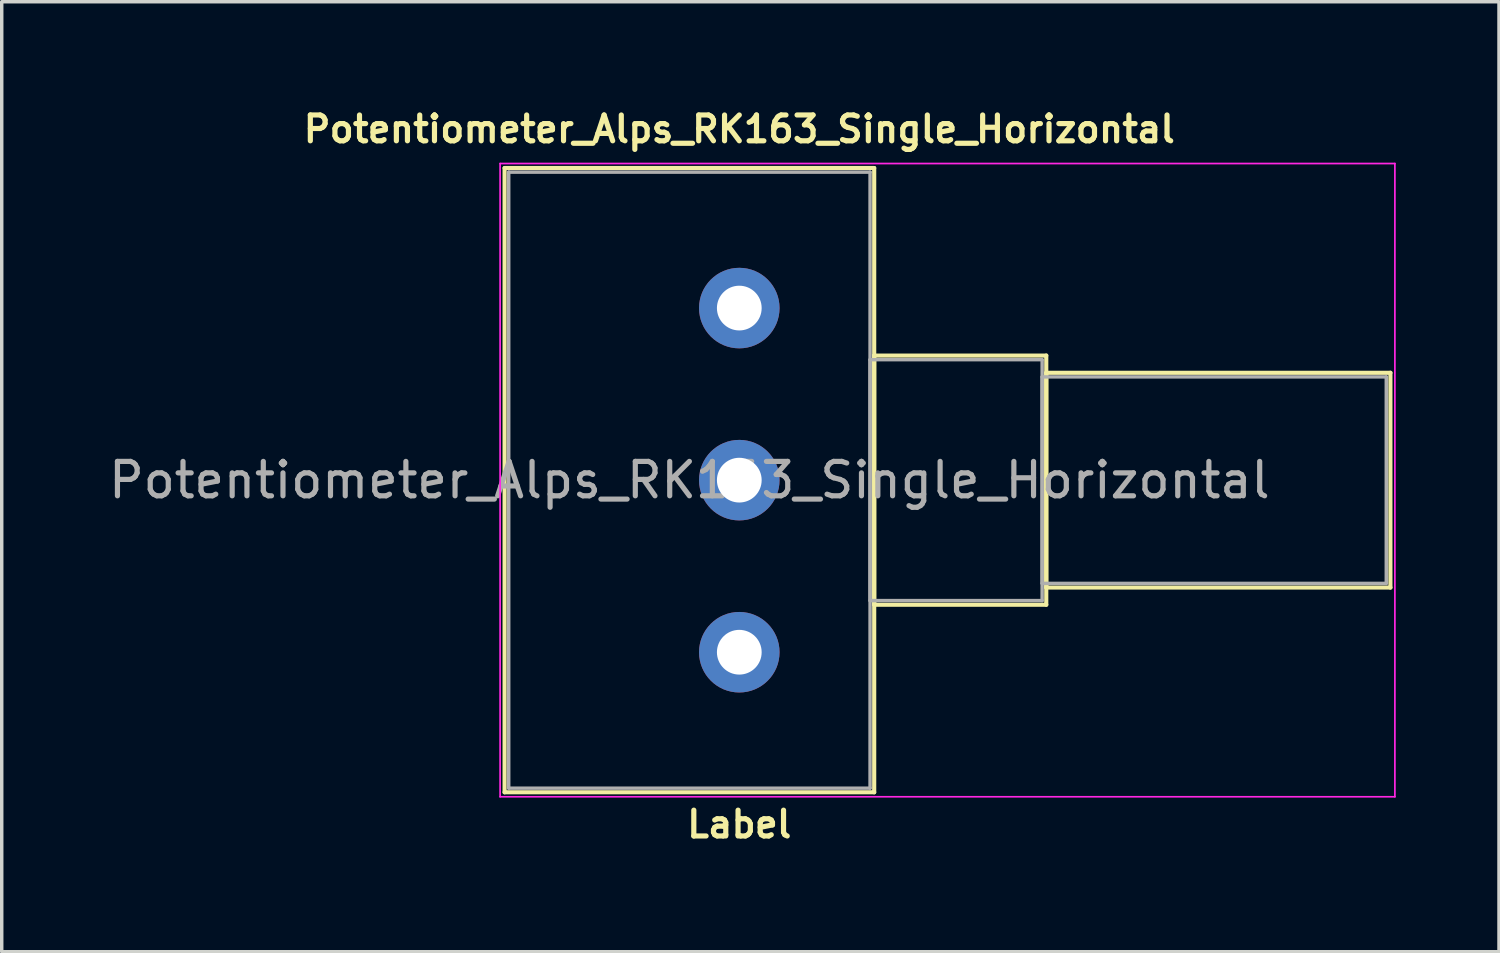
<source format=kicad_pcb>
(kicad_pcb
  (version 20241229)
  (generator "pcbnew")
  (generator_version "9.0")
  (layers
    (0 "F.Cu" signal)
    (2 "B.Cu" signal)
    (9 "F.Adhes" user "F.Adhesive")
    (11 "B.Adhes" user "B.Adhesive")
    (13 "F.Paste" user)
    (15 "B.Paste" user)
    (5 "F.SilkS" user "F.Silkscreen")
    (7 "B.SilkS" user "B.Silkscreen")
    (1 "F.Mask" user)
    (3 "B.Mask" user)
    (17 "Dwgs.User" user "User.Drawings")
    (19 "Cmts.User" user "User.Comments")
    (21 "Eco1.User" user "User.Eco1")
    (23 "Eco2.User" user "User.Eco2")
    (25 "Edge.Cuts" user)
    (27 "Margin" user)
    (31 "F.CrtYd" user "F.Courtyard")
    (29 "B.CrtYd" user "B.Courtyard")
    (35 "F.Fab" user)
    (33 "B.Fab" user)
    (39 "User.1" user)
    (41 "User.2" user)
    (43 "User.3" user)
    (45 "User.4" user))
  (footprint "Potentiometer_Alps_RK163_Single_Horizontal"
    (layer "F.Cu")
    (at 18.432 15.902)
    (property "Reference" "Potentiometer_Alps_RK163_Single_Horizontal" (at 0 -15.2 0) (layer "F.SilkS") (effects (font (size 0.75 0.75) (thickness 0.15))))
    (attr through_hole)
    (fp_line (start -6.82 -14.07) (end -6.82 4.07) (stroke (width 0.12) (type solid)) (layer "F.SilkS"))
    (fp_line (start -6.82 -14.07) (end 3.92 -14.07) (stroke (width 0.12) (type solid)) (layer "F.SilkS"))
    (fp_line (start -6.82 4.07) (end 3.92 4.07) (stroke (width 0.12) (type solid)) (layer "F.SilkS"))
    (fp_line (start 3.92 -14.07) (end 3.92 4.07) (stroke (width 0.12) (type solid)) (layer "F.SilkS"))
    (fp_line (start 3.92 -8.62) (end 3.92 -1.38) (stroke (width 0.12) (type solid)) (layer "F.SilkS"))
    (fp_line (start 3.92 -8.62) (end 8.92 -8.62) (stroke (width 0.12) (type solid)) (layer "F.SilkS"))
    (fp_line (start 3.92 -1.38) (end 8.92 -1.38) (stroke (width 0.12) (type solid)) (layer "F.SilkS"))
    (fp_line (start 8.92 -8.62) (end 8.92 -1.38) (stroke (width 0.12) (type solid)) (layer "F.SilkS"))
    (fp_line (start 8.92 -8.12) (end 8.92 -1.879) (stroke (width 0.12) (type solid)) (layer "F.SilkS"))
    (fp_line (start 8.92 -8.12) (end 18.92 -8.12) (stroke (width 0.12) (type solid)) (layer "F.SilkS"))
    (fp_line (start 8.92 -1.879) (end 18.92 -1.879) (stroke (width 0.12) (type solid)) (layer "F.SilkS"))
    (fp_line (start 18.92 -8.12) (end 18.92 -1.879) (stroke (width 0.12) (type solid)) (layer "F.SilkS"))
    (fp_line (start -6.95 -14.2) (end -6.95 4.2) (stroke (width 0.05) (type solid)) (layer "F.CrtYd"))
    (fp_line (start -6.95 4.2) (end 19.05 4.2) (stroke (width 0.05) (type solid)) (layer "F.CrtYd"))
    (fp_line (start 19.05 -14.2) (end -6.95 -14.2) (stroke (width 0.05) (type solid)) (layer "F.CrtYd"))
    (fp_line (start 19.05 4.2) (end 19.05 -14.2) (stroke (width 0.05) (type solid)) (layer "F.CrtYd"))
    (fp_line (start -6.7 -13.95) (end -6.7 3.95) (stroke (width 0.1) (type solid)) (layer "F.Fab"))
    (fp_line (start -6.7 3.95) (end 3.8 3.95) (stroke (width 0.1) (type solid)) (layer "F.Fab"))
    (fp_line (start 3.8 -13.95) (end -6.7 -13.95) (stroke (width 0.1) (type solid)) (layer "F.Fab"))
    (fp_line (start 3.8 -8.5) (end 3.8 -1.5) (stroke (width 0.1) (type solid)) (layer "F.Fab"))
    (fp_line (start 3.8 -1.5) (end 8.8 -1.5) (stroke (width 0.1) (type solid)) (layer "F.Fab"))
    (fp_line (start 3.8 3.95) (end 3.8 -13.95) (stroke (width 0.1) (type solid)) (layer "F.Fab"))
    (fp_line (start 8.8 -8.5) (end 3.8 -8.5) (stroke (width 0.1) (type solid)) (layer "F.Fab"))
    (fp_line (start 8.8 -8) (end 8.8 -2) (stroke (width 0.1) (type solid)) (layer "F.Fab"))
    (fp_line (start 8.8 -2) (end 18.8 -2) (stroke (width 0.1) (type solid)) (layer "F.Fab"))
    (fp_line (start 8.8 -1.5) (end 8.8 -8.5) (stroke (width 0.1) (type solid)) (layer "F.Fab"))
    (fp_line (start 18.8 -8) (end 8.8 -8) (stroke (width 0.1) (type solid)) (layer "F.Fab"))
    (fp_line (start 18.8 -2) (end 18.8 -8) (stroke (width 0.1) (type solid)) (layer "F.Fab"))
    (fp_text user "Label" (at 0 5 0) (layer "F.SilkS") (effects (font (size 0.75 0.75) (thickness 0.15))))
    (fp_text user "${REFERENCE}" (at -1.45 -5 0) (layer "F.Fab") (effects (font (size 1 1) (thickness 0.15))))
    (pad "1" thru_hole circle (at 0 0) (size 2.34 2.34) (drill 1.3) (layers "*.Cu" "*.Mask"))
    (pad "2" thru_hole circle (at 0 -5) (size 2.34 2.34) (drill 1.3) (layers "*.Cu" "*.Mask"))
    (pad "3" thru_hole circle (at 0 -10) (size 2.34 2.34) (drill 1.3) (layers "*.Cu" "*.Mask")))
  (gr_rect
    (start -3 -3)
    (end 40.507 24.604)
    (stroke (width 0.1) (type default))
    (fill no)
    (layer "Edge.Cuts")))
</source>
